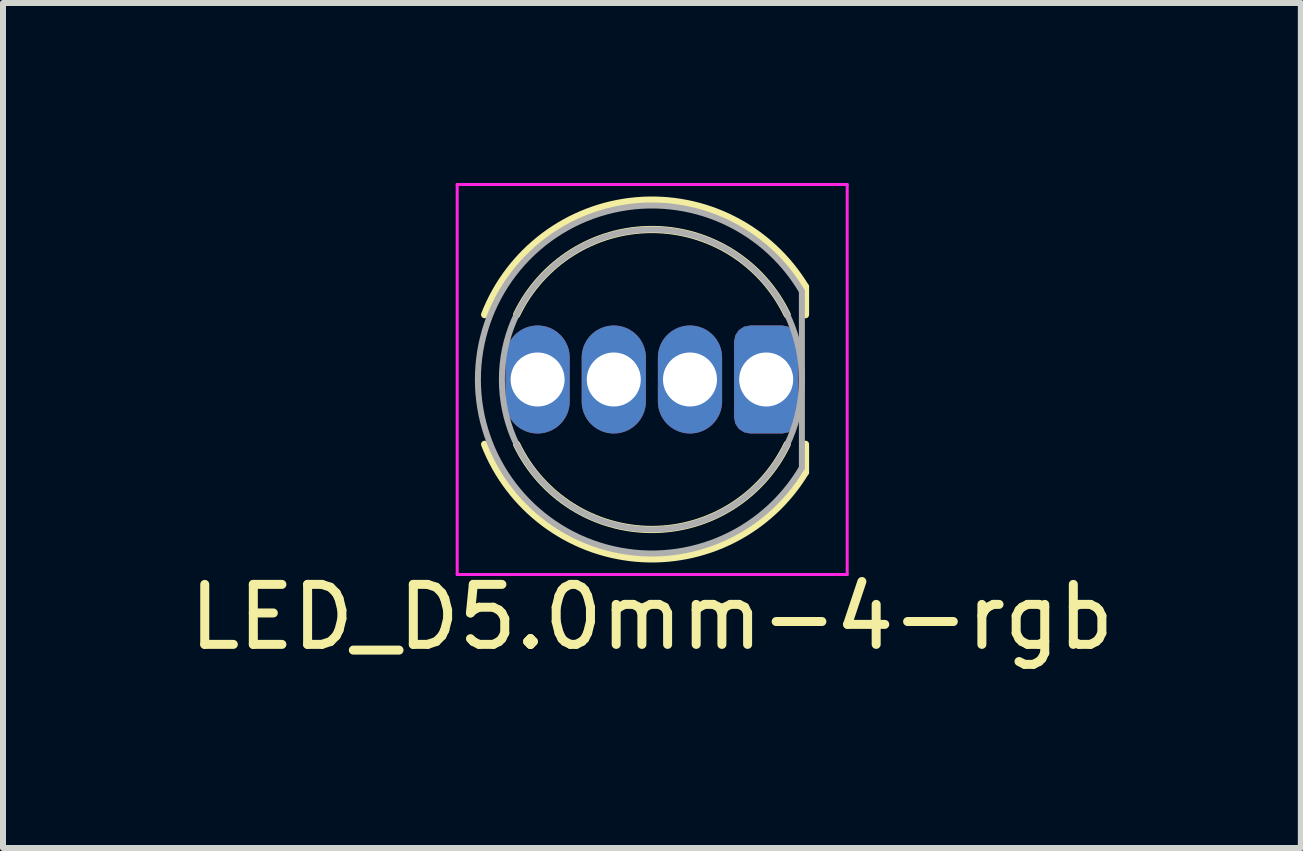
<source format=kicad_pcb>
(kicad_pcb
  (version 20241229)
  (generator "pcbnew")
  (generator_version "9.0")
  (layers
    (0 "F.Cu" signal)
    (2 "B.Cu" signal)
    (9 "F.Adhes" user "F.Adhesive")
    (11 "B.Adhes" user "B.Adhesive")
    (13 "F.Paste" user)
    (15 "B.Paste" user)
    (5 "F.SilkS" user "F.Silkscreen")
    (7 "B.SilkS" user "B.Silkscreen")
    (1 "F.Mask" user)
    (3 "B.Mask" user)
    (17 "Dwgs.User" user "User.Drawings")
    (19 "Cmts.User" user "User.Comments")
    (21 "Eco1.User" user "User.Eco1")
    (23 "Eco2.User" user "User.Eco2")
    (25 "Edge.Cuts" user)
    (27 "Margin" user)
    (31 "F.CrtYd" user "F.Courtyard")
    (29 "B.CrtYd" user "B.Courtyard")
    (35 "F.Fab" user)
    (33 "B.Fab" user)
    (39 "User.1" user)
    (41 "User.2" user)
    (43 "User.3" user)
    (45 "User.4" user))
  (footprint "LED_D5.0mm-4-rgb"
    (layer "F.Cu")
    (at 7.815 3.275)
    (property "Reference" "LED_D5.0mm-4-rgb" (at 0 3.96 180) (layer "F.SilkS") (effects (font (size 1 1) (thickness 0.15))))
    (attr through_hole)
    (fp_line (start 2.56 -1.08) (end 2.56 -1.545) (stroke (width 0.12) (type solid)) (layer "F.SilkS"))
    (fp_line (start 2.56 1.545) (end 2.56 1.08) (stroke (width 0.12) (type solid)) (layer "F.SilkS"))
    (fp_arc (start -2.787815 -1.080827) (mid -0.258456 -2.978808) (end 2.56 -1.54483) (stroke (width 0.12) (type solid)) (layer "F.SilkS"))
    (fp_arc (start -2.254479 -1.080429) (mid 0.000238 -2.5) (end 2.254684 -1.08) (stroke (width 0.12) (type solid)) (layer "F.SilkS"))
    (fp_arc (start 2.254684 1.08) (mid 0.000238 2.5) (end -2.254479 1.080429) (stroke (width 0.12) (type solid)) (layer "F.SilkS"))
    (fp_arc (start 2.56 1.54483) (mid -0.258456 2.978809) (end -2.787815 1.080827) (stroke (width 0.12) (type solid)) (layer "F.SilkS"))
    (fp_line (start -3.245 -3.25) (end -3.245 3.25) (stroke (width 0.05) (type solid)) (layer "F.CrtYd"))
    (fp_line (start -3.245 3.25) (end 3.255 3.25) (stroke (width 0.05) (type solid)) (layer "F.CrtYd"))
    (fp_line (start 3.255 -3.25) (end -3.245 -3.25) (stroke (width 0.05) (type solid)) (layer "F.CrtYd"))
    (fp_line (start 3.255 3.25) (end 3.255 -3.25) (stroke (width 0.05) (type solid)) (layer "F.CrtYd"))
    (fp_line (start 2.5 1.47) (end 2.5 -1.47) (stroke (width 0.1) (type solid)) (layer "F.Fab"))
    (fp_arc (start 2.5 1.469694) (mid -2.9 -0.000016) (end 2.500016 -1.469666) (stroke (width 0.1) (type solid)) (layer "F.Fab"))
    (fp_circle (center 0 0) (end -2.5 0) (stroke (width 0.1) (type solid)) (fill no) (layer "F.Fab"))
    (pad "1" thru_hole oval (at -1.905 0 180) (size 1.07 1.8) (drill 0.9) (layers "*.Cu" "*.Mask"))
    (pad "2" thru_hole oval (at -0.635 0 180) (size 1.07 1.8) (drill 0.9) (layers "*.Cu" "*.Mask"))
    (pad "3" thru_hole oval (at 0.635 0 180) (size 1.07 1.8) (drill 0.9) (layers "*.Cu" "*.Mask"))
    (pad "4" thru_hole roundrect (at 1.905 0 180) (size 1.07 1.8) (drill 0.9) (layers "*.Cu" "*.Mask") (roundrect_rratio 0.25)))
  (gr_rect
    (start -3 -3)
    (end 18.631 11.083)
    (stroke (width 0.1) (type default))
    (fill no)
    (layer "Edge.Cuts")))
</source>
